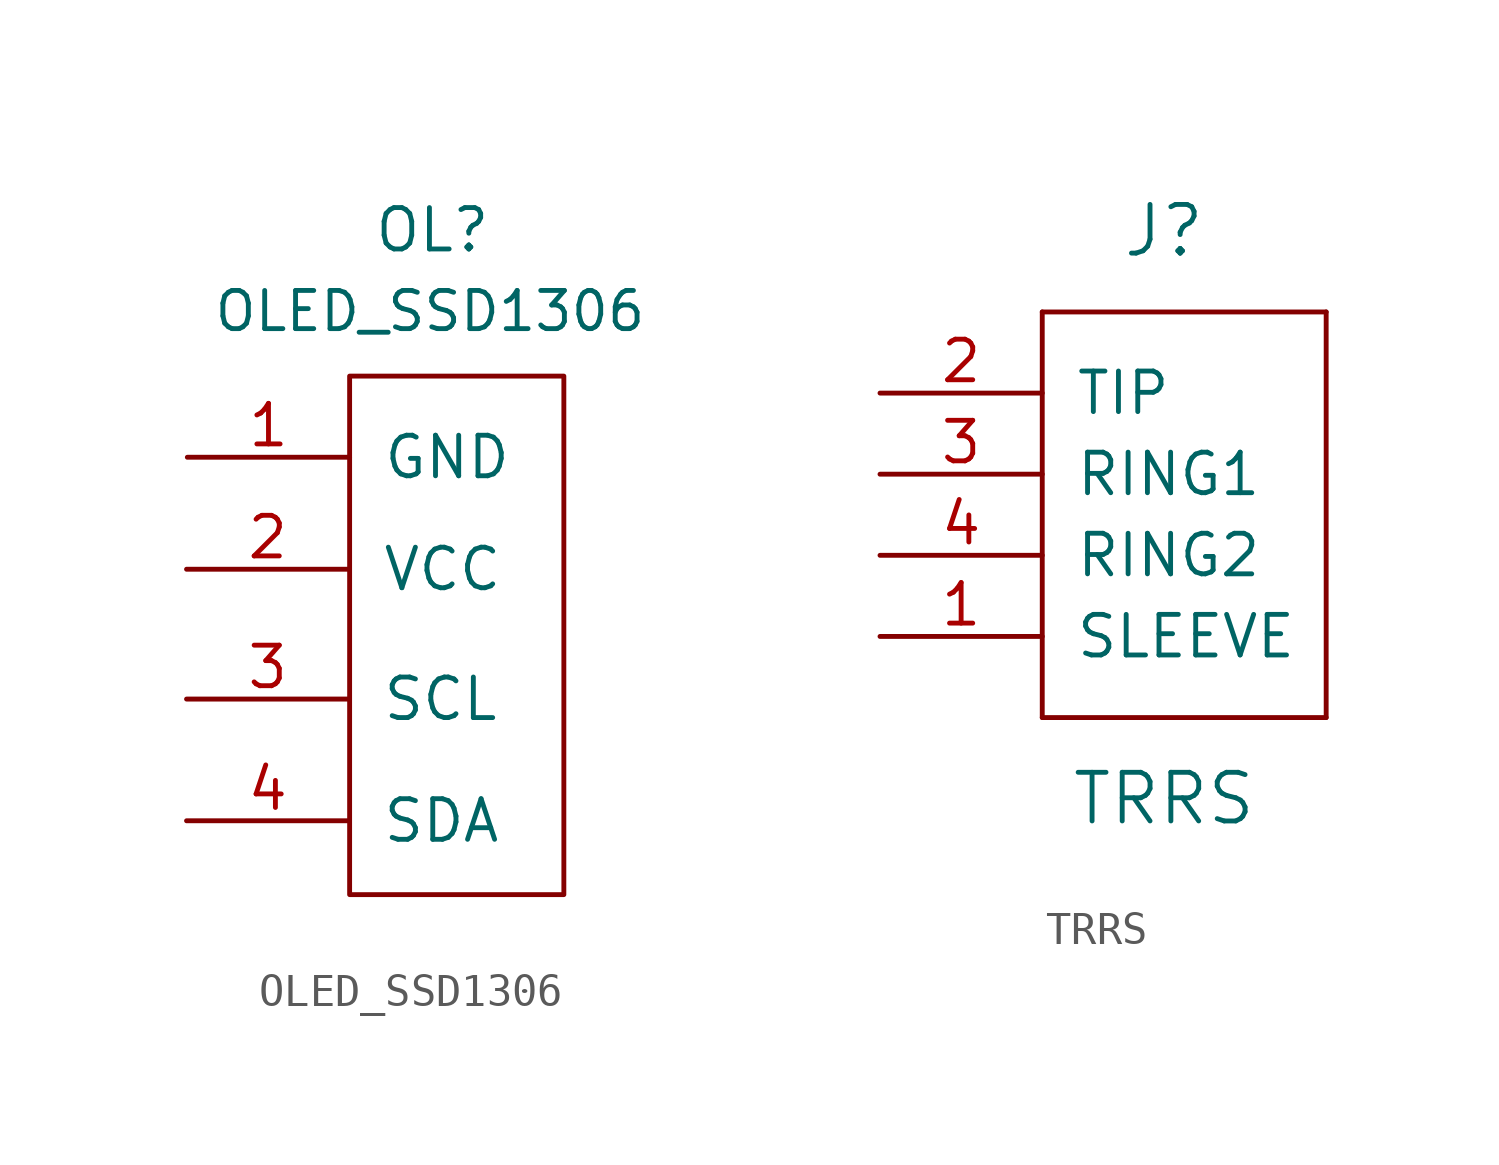
<source format=kicad_sym>
(kicad_symbol_lib
  (version 20211014)
  (generator kicad_symbol_editor)
  (symbol "OLED_SSD1306"
    (pin_names
      (offset 1.016))
    (property "Reference" "OL"
      (at -0.178 12.649 0)
      (effects (font (size 1.295 1.295))))
    (property "Value" "OLED_SSD1306"
      (at -0.254 10.109 0)
      (effects (font (size 1.194 1.194))))
    (symbol "OLED_SSD1306_0_1"
      (rectangle (start -2.769 8.077) (end 3.937 -8.153) (stroke (width 0) (type default) (color 0 0 0 0)) (fill (type none))))
    (symbol "OLED_SSD1306_1_1"
      (pin power_in line (at -7.849 5.537 0) (length 5.08) (name "GND" (effects (font (size 1.27 1.27)))) (number "1" (effects (font (size 1.27 1.27)))))
      (pin power_in line (at -7.874 2.032 0) (length 5.08) (name "VCC" (effects (font (size 1.27 1.27)))) (number "2" (effects (font (size 1.27 1.27)))))
      (pin bidirectional line (at -7.874 -2.032 0) (length 5.08) (name "SCL" (effects (font (size 1.27 1.27)))) (number "3" (effects (font (size 1.27 1.27)))))
      (pin bidirectional line (at -7.874 -5.842 0) (length 5.08) (name "SDA" (effects (font (size 1.27 1.27)))) (number "4" (effects (font (size 1.27 1.27)))))))
  (symbol "TRRS"
    (pin_names
      (offset 1.016))
    (property "Reference" "J"
      (at 0 15.24 0)
      (effects (font (size 1.524 1.524))))
    (property "Value" "TRRS"
      (at 0 -2.54 0)
      (effects (font (size 1.524 1.524))))
    (symbol "TRRS_0_1"
      (rectangle (start -3.81 0) (end -3.81 12.7) (stroke (width 0) (type default) (color 0 0 0 0)) (fill (type none)))
      (rectangle (start -3.81 12.7) (end 5.08 12.7) (stroke (width 0) (type default) (color 0 0 0 0)) (fill (type none)))
      (rectangle (start 5.08 0) (end -3.81 0) (stroke (width 0) (type default) (color 0 0 0 0)) (fill (type none)))
      (rectangle (start 5.08 12.7) (end 5.08 0) (stroke (width 0) (type default) (color 0 0 0 0)) (fill (type none))))
    (symbol "TRRS_1_1"
      (pin input line (at -8.89 2.54 0) (length 5.08) (name "SLEEVE" (effects (font (size 1.27 1.27)))) (number "1" (effects (font (size 1.27 1.27)))) (alternate "A" input line))
      (pin input line (at -8.89 10.16 0) (length 5.08) (name "TIP" (effects (font (size 1.27 1.27)))) (number "2" (effects (font (size 1.27 1.27)))) (alternate "B" input line))
      (pin input line (at -8.89 7.62 0) (length 5.08) (name "RING1" (effects (font (size 1.27 1.27)))) (number "3" (effects (font (size 1.27 1.27)))) (alternate "C" input line))
      (pin input line (at -8.89 5.08 0) (length 5.08) (name "RING2" (effects (font (size 1.27 1.27)))) (number "4" (effects (font (size 1.27 1.27)))) (alternate "D" input line)))))
</source>
